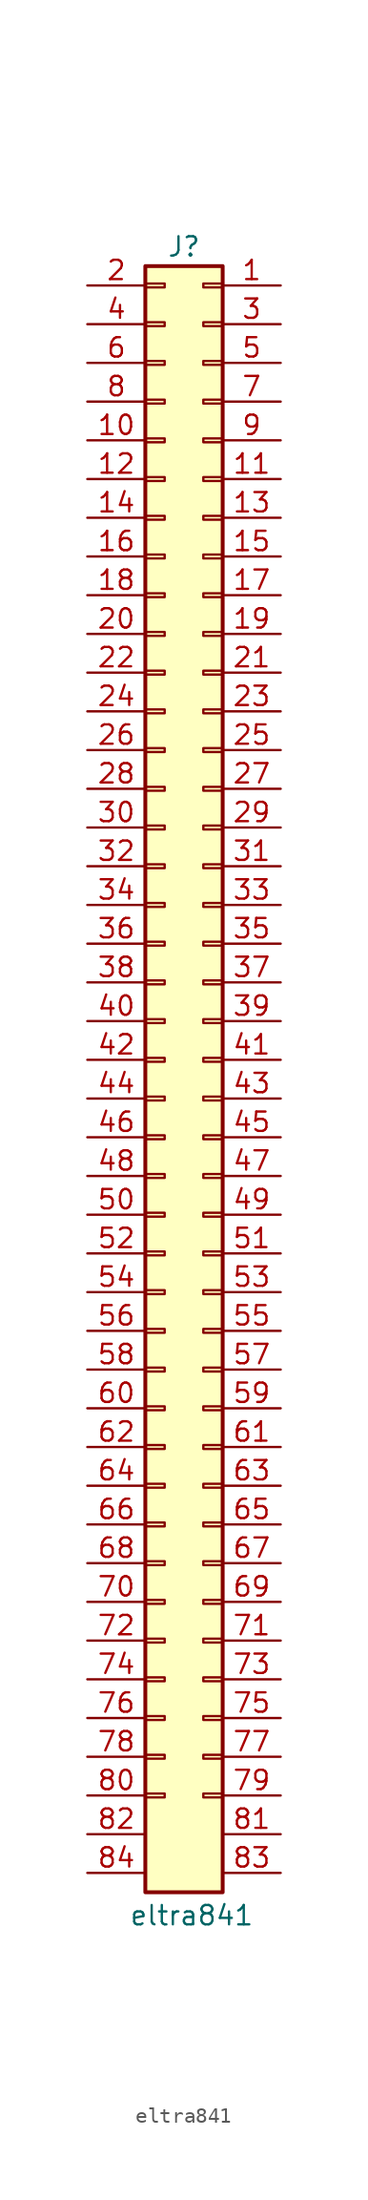
<source format=kicad_sym>
(kicad_symbol_lib
  (version 20231120)
  (generator "kicad_symbol_editor")
  (generator_version "8.0")
  (symbol "eltra841"
    (pin_names
      (offset 1.016) hide)
    (property "Reference" "J"
      (at 1.27 50.8 0)
      (effects (font (size 1.27 1.27))))
    (property "Value" "eltra841"
      (at 1.778 -58.674 0)
      (effects (font (size 1.27 1.27))))
    (symbol "eltra841_1_1"
      (rectangle (start -1.27 49.53) (end 3.81 -57.15) (stroke (width 0.254) (type default)) (fill (type background)))
      (rectangle (start 0 -50.927) (end -1.27 -50.673) (stroke (width 0.152) (type default)) (fill (type none)))
      (rectangle (start 0 -48.387) (end -1.27 -48.133) (stroke (width 0.152) (type default)) (fill (type none)))
      (rectangle (start 0 -45.847) (end -1.27 -45.593) (stroke (width 0.152) (type default)) (fill (type none)))
      (rectangle (start 0 -43.307) (end -1.27 -43.053) (stroke (width 0.152) (type default)) (fill (type none)))
      (rectangle (start 0 -40.767) (end -1.27 -40.513) (stroke (width 0.152) (type default)) (fill (type none)))
      (rectangle (start 0 -38.227) (end -1.27 -37.973) (stroke (width 0.152) (type default)) (fill (type none)))
      (rectangle (start 0 -35.687) (end -1.27 -35.433) (stroke (width 0.152) (type default)) (fill (type none)))
      (rectangle (start 0 -33.147) (end -1.27 -32.893) (stroke (width 0.152) (type default)) (fill (type none)))
      (rectangle (start 0 -30.607) (end -1.27 -30.353) (stroke (width 0.152) (type default)) (fill (type none)))
      (rectangle (start 0 -28.067) (end -1.27 -27.813) (stroke (width 0.152) (type default)) (fill (type none)))
      (rectangle (start 0 -25.527) (end -1.27 -25.273) (stroke (width 0.152) (type default)) (fill (type none)))
      (rectangle (start 0 -22.987) (end -1.27 -22.733) (stroke (width 0.152) (type default)) (fill (type none)))
      (rectangle (start 0 -20.447) (end -1.27 -20.193) (stroke (width 0.152) (type default)) (fill (type none)))
      (rectangle (start 0 -17.907) (end -1.27 -17.653) (stroke (width 0.152) (type default)) (fill (type none)))
      (rectangle (start 0 -15.367) (end -1.27 -15.113) (stroke (width 0.152) (type default)) (fill (type none)))
      (rectangle (start 0 -12.827) (end -1.27 -12.573) (stroke (width 0.152) (type default)) (fill (type none)))
      (rectangle (start 0 -10.287) (end -1.27 -10.033) (stroke (width 0.152) (type default)) (fill (type none)))
      (rectangle (start 0 -7.747) (end -1.27 -7.493) (stroke (width 0.152) (type default)) (fill (type none)))
      (rectangle (start 0 -5.207) (end -1.27 -4.953) (stroke (width 0.152) (type default)) (fill (type none)))
      (rectangle (start 0 -2.667) (end -1.27 -2.413) (stroke (width 0.152) (type default)) (fill (type none)))
      (rectangle (start 0 -0.127) (end -1.27 0.127) (stroke (width 0.152) (type default)) (fill (type none)))
      (rectangle (start 0 2.413) (end -1.27 2.667) (stroke (width 0.152) (type default)) (fill (type none)))
      (rectangle (start 0 4.953) (end -1.27 5.207) (stroke (width 0.152) (type default)) (fill (type none)))
      (rectangle (start 0 7.493) (end -1.27 7.747) (stroke (width 0.152) (type default)) (fill (type none)))
      (rectangle (start 0 10.033) (end -1.27 10.287) (stroke (width 0.152) (type default)) (fill (type none)))
      (rectangle (start 0 12.573) (end -1.27 12.827) (stroke (width 0.152) (type default)) (fill (type none)))
      (rectangle (start 0 15.113) (end -1.27 15.367) (stroke (width 0.152) (type default)) (fill (type none)))
      (rectangle (start 0 17.653) (end -1.27 17.907) (stroke (width 0.152) (type default)) (fill (type none)))
      (rectangle (start 0 20.193) (end -1.27 20.447) (stroke (width 0.152) (type default)) (fill (type none)))
      (rectangle (start 0 22.733) (end -1.27 22.987) (stroke (width 0.152) (type default)) (fill (type none)))
      (rectangle (start 0 25.273) (end -1.27 25.527) (stroke (width 0.152) (type default)) (fill (type none)))
      (rectangle (start 0 27.813) (end -1.27 28.067) (stroke (width 0.152) (type default)) (fill (type none)))
      (rectangle (start 0 30.353) (end -1.27 30.607) (stroke (width 0.152) (type default)) (fill (type none)))
      (rectangle (start 0 32.893) (end -1.27 33.147) (stroke (width 0.152) (type default)) (fill (type none)))
      (rectangle (start 0 35.433) (end -1.27 35.687) (stroke (width 0.152) (type default)) (fill (type none)))
      (rectangle (start 0 37.973) (end -1.27 38.227) (stroke (width 0.152) (type default)) (fill (type none)))
      (rectangle (start 0 40.513) (end -1.27 40.767) (stroke (width 0.152) (type default)) (fill (type none)))
      (rectangle (start 0 43.053) (end -1.27 43.307) (stroke (width 0.152) (type default)) (fill (type none)))
      (rectangle (start 0 45.593) (end -1.27 45.847) (stroke (width 0.152) (type default)) (fill (type none)))
      (rectangle (start 0 48.133) (end -1.27 48.387) (stroke (width 0.152) (type default)) (fill (type none)))
      (rectangle (start 2.54 -50.927) (end 3.81 -50.673) (stroke (width 0.152) (type default)) (fill (type none)))
      (rectangle (start 2.54 -48.387) (end 3.81 -48.133) (stroke (width 0.152) (type default)) (fill (type none)))
      (rectangle (start 2.54 -45.847) (end 3.81 -45.593) (stroke (width 0.152) (type default)) (fill (type none)))
      (rectangle (start 2.54 -43.307) (end 3.81 -43.053) (stroke (width 0.152) (type default)) (fill (type none)))
      (rectangle (start 2.54 -40.767) (end 3.81 -40.513) (stroke (width 0.152) (type default)) (fill (type none)))
      (rectangle (start 2.54 -38.227) (end 3.81 -37.973) (stroke (width 0.152) (type default)) (fill (type none)))
      (rectangle (start 2.54 -35.687) (end 3.81 -35.433) (stroke (width 0.152) (type default)) (fill (type none)))
      (rectangle (start 2.54 -33.147) (end 3.81 -32.893) (stroke (width 0.152) (type default)) (fill (type none)))
      (rectangle (start 2.54 -30.607) (end 3.81 -30.353) (stroke (width 0.152) (type default)) (fill (type none)))
      (rectangle (start 2.54 -28.067) (end 3.81 -27.813) (stroke (width 0.152) (type default)) (fill (type none)))
      (rectangle (start 2.54 -25.527) (end 3.81 -25.273) (stroke (width 0.152) (type default)) (fill (type none)))
      (rectangle (start 2.54 -22.987) (end 3.81 -22.733) (stroke (width 0.152) (type default)) (fill (type none)))
      (rectangle (start 2.54 -20.447) (end 3.81 -20.193) (stroke (width 0.152) (type default)) (fill (type none)))
      (rectangle (start 2.54 -17.907) (end 3.81 -17.653) (stroke (width 0.152) (type default)) (fill (type none)))
      (rectangle (start 2.54 -15.367) (end 3.81 -15.113) (stroke (width 0.152) (type default)) (fill (type none)))
      (rectangle (start 2.54 -12.827) (end 3.81 -12.573) (stroke (width 0.152) (type default)) (fill (type none)))
      (rectangle (start 2.54 -10.287) (end 3.81 -10.033) (stroke (width 0.152) (type default)) (fill (type none)))
      (rectangle (start 2.54 -7.747) (end 3.81 -7.493) (stroke (width 0.152) (type default)) (fill (type none)))
      (rectangle (start 2.54 -5.207) (end 3.81 -4.953) (stroke (width 0.152) (type default)) (fill (type none)))
      (rectangle (start 2.54 -2.667) (end 3.81 -2.413) (stroke (width 0.152) (type default)) (fill (type none)))
      (rectangle (start 2.54 -0.127) (end 3.81 0.127) (stroke (width 0.152) (type default)) (fill (type none)))
      (rectangle (start 2.54 2.413) (end 3.81 2.667) (stroke (width 0.152) (type default)) (fill (type none)))
      (rectangle (start 2.54 4.953) (end 3.81 5.207) (stroke (width 0.152) (type default)) (fill (type none)))
      (rectangle (start 2.54 7.493) (end 3.81 7.747) (stroke (width 0.152) (type default)) (fill (type none)))
      (rectangle (start 2.54 10.033) (end 3.81 10.287) (stroke (width 0.152) (type default)) (fill (type none)))
      (rectangle (start 2.54 12.573) (end 3.81 12.827) (stroke (width 0.152) (type default)) (fill (type none)))
      (rectangle (start 2.54 15.113) (end 3.81 15.367) (stroke (width 0.152) (type default)) (fill (type none)))
      (rectangle (start 2.54 17.653) (end 3.81 17.907) (stroke (width 0.152) (type default)) (fill (type none)))
      (rectangle (start 2.54 20.193) (end 3.81 20.447) (stroke (width 0.152) (type default)) (fill (type none)))
      (rectangle (start 2.54 22.733) (end 3.81 22.987) (stroke (width 0.152) (type default)) (fill (type none)))
      (rectangle (start 2.54 25.273) (end 3.81 25.527) (stroke (width 0.152) (type default)) (fill (type none)))
      (rectangle (start 2.54 27.813) (end 3.81 28.067) (stroke (width 0.152) (type default)) (fill (type none)))
      (rectangle (start 2.54 30.353) (end 3.81 30.607) (stroke (width 0.152) (type default)) (fill (type none)))
      (rectangle (start 2.54 32.893) (end 3.81 33.147) (stroke (width 0.152) (type default)) (fill (type none)))
      (rectangle (start 2.54 35.433) (end 3.81 35.687) (stroke (width 0.152) (type default)) (fill (type none)))
      (rectangle (start 2.54 37.973) (end 3.81 38.227) (stroke (width 0.152) (type default)) (fill (type none)))
      (rectangle (start 2.54 40.513) (end 3.81 40.767) (stroke (width 0.152) (type default)) (fill (type none)))
      (rectangle (start 2.54 43.053) (end 3.81 43.307) (stroke (width 0.152) (type default)) (fill (type none)))
      (rectangle (start 2.54 45.593) (end 3.81 45.847) (stroke (width 0.152) (type default)) (fill (type none)))
      (rectangle (start 2.54 48.133) (end 3.81 48.387) (stroke (width 0.152) (type default)) (fill (type none)))
      (pin passive line (at 7.62 48.26 180) (length 3.81) (name "Pin_1" (effects (font (size 1.27 1.27)))) (number "1" (effects (font (size 1.27 1.27)))))
      (pin passive line (at -5.08 38.1 0) (length 3.81) (name "Pin_10" (effects (font (size 1.27 1.27)))) (number "10" (effects (font (size 1.27 1.27)))))
      (pin passive line (at 7.62 35.56 180) (length 3.81) (name "Pin_11" (effects (font (size 1.27 1.27)))) (number "11" (effects (font (size 1.27 1.27)))))
      (pin passive line (at -5.08 35.56 0) (length 3.81) (name "Pin_12" (effects (font (size 1.27 1.27)))) (number "12" (effects (font (size 1.27 1.27)))))
      (pin passive line (at 7.62 33.02 180) (length 3.81) (name "Pin_13" (effects (font (size 1.27 1.27)))) (number "13" (effects (font (size 1.27 1.27)))))
      (pin passive line (at -5.08 33.02 0) (length 3.81) (name "Pin_14" (effects (font (size 1.27 1.27)))) (number "14" (effects (font (size 1.27 1.27)))))
      (pin passive line (at 7.62 30.48 180) (length 3.81) (name "Pin_15" (effects (font (size 1.27 1.27)))) (number "15" (effects (font (size 1.27 1.27)))))
      (pin passive line (at -5.08 30.48 0) (length 3.81) (name "Pin_16" (effects (font (size 1.27 1.27)))) (number "16" (effects (font (size 1.27 1.27)))))
      (pin passive line (at 7.62 27.94 180) (length 3.81) (name "Pin_17" (effects (font (size 1.27 1.27)))) (number "17" (effects (font (size 1.27 1.27)))))
      (pin passive line (at -5.08 27.94 0) (length 3.81) (name "Pin_18" (effects (font (size 1.27 1.27)))) (number "18" (effects (font (size 1.27 1.27)))))
      (pin passive line (at 7.62 25.4 180) (length 3.81) (name "Pin_19" (effects (font (size 1.27 1.27)))) (number "19" (effects (font (size 1.27 1.27)))))
      (pin passive line (at -5.08 48.26 0) (length 3.81) (name "Pin_2" (effects (font (size 1.27 1.27)))) (number "2" (effects (font (size 1.27 1.27)))))
      (pin passive line (at -5.08 25.4 0) (length 3.81) (name "Pin_20" (effects (font (size 1.27 1.27)))) (number "20" (effects (font (size 1.27 1.27)))))
      (pin passive line (at 7.62 22.86 180) (length 3.81) (name "Pin_21" (effects (font (size 1.27 1.27)))) (number "21" (effects (font (size 1.27 1.27)))))
      (pin passive line (at -5.08 22.86 0) (length 3.81) (name "Pin_22" (effects (font (size 1.27 1.27)))) (number "22" (effects (font (size 1.27 1.27)))))
      (pin passive line (at 7.62 20.32 180) (length 3.81) (name "Pin_23" (effects (font (size 1.27 1.27)))) (number "23" (effects (font (size 1.27 1.27)))))
      (pin passive line (at -5.08 20.32 0) (length 3.81) (name "Pin_24" (effects (font (size 1.27 1.27)))) (number "24" (effects (font (size 1.27 1.27)))))
      (pin passive line (at 7.62 17.78 180) (length 3.81) (name "Pin_25" (effects (font (size 1.27 1.27)))) (number "25" (effects (font (size 1.27 1.27)))))
      (pin passive line (at -5.08 17.78 0) (length 3.81) (name "Pin_26" (effects (font (size 1.27 1.27)))) (number "26" (effects (font (size 1.27 1.27)))))
      (pin passive line (at 7.62 15.24 180) (length 3.81) (name "Pin_27" (effects (font (size 1.27 1.27)))) (number "27" (effects (font (size 1.27 1.27)))))
      (pin passive line (at -5.08 15.24 0) (length 3.81) (name "Pin_28" (effects (font (size 1.27 1.27)))) (number "28" (effects (font (size 1.27 1.27)))))
      (pin passive line (at 7.62 12.7 180) (length 3.81) (name "Pin_29" (effects (font (size 1.27 1.27)))) (number "29" (effects (font (size 1.27 1.27)))))
      (pin passive line (at 7.62 45.72 180) (length 3.81) (name "Pin_3" (effects (font (size 1.27 1.27)))) (number "3" (effects (font (size 1.27 1.27)))))
      (pin passive line (at -5.08 12.7 0) (length 3.81) (name "Pin_30" (effects (font (size 1.27 1.27)))) (number "30" (effects (font (size 1.27 1.27)))))
      (pin passive line (at 7.62 10.16 180) (length 3.81) (name "Pin_31" (effects (font (size 1.27 1.27)))) (number "31" (effects (font (size 1.27 1.27)))))
      (pin passive line (at -5.08 10.16 0) (length 3.81) (name "Pin_32" (effects (font (size 1.27 1.27)))) (number "32" (effects (font (size 1.27 1.27)))))
      (pin passive line (at 7.62 7.62 180) (length 3.81) (name "Pin_33" (effects (font (size 1.27 1.27)))) (number "33" (effects (font (size 1.27 1.27)))))
      (pin passive line (at -5.08 7.62 0) (length 3.81) (name "Pin_34" (effects (font (size 1.27 1.27)))) (number "34" (effects (font (size 1.27 1.27)))))
      (pin passive line (at 7.62 5.08 180) (length 3.81) (name "Pin_35" (effects (font (size 1.27 1.27)))) (number "35" (effects (font (size 1.27 1.27)))))
      (pin passive line (at -5.08 5.08 0) (length 3.81) (name "Pin_36" (effects (font (size 1.27 1.27)))) (number "36" (effects (font (size 1.27 1.27)))))
      (pin passive line (at 7.62 2.54 180) (length 3.81) (name "Pin_37" (effects (font (size 1.27 1.27)))) (number "37" (effects (font (size 1.27 1.27)))))
      (pin passive line (at -5.08 2.54 0) (length 3.81) (name "Pin_38" (effects (font (size 1.27 1.27)))) (number "38" (effects (font (size 1.27 1.27)))))
      (pin passive line (at 7.62 0 180) (length 3.81) (name "Pin_39" (effects (font (size 1.27 1.27)))) (number "39" (effects (font (size 1.27 1.27)))))
      (pin passive line (at -5.08 45.72 0) (length 3.81) (name "Pin_4" (effects (font (size 1.27 1.27)))) (number "4" (effects (font (size 1.27 1.27)))))
      (pin passive line (at -5.08 0 0) (length 3.81) (name "Pin_40" (effects (font (size 1.27 1.27)))) (number "40" (effects (font (size 1.27 1.27)))))
      (pin passive line (at 7.62 -2.54 180) (length 3.81) (name "Pin_41" (effects (font (size 1.27 1.27)))) (number "41" (effects (font (size 1.27 1.27)))))
      (pin passive line (at -5.08 -2.54 0) (length 3.81) (name "Pin_42" (effects (font (size 1.27 1.27)))) (number "42" (effects (font (size 1.27 1.27)))))
      (pin passive line (at 7.62 -5.08 180) (length 3.81) (name "Pin_43" (effects (font (size 1.27 1.27)))) (number "43" (effects (font (size 1.27 1.27)))))
      (pin passive line (at -5.08 -5.08 0) (length 3.81) (name "Pin_44" (effects (font (size 1.27 1.27)))) (number "44" (effects (font (size 1.27 1.27)))))
      (pin passive line (at 7.62 -7.62 180) (length 3.81) (name "Pin_45" (effects (font (size 1.27 1.27)))) (number "45" (effects (font (size 1.27 1.27)))))
      (pin passive line (at -5.08 -7.62 0) (length 3.81) (name "Pin_46" (effects (font (size 1.27 1.27)))) (number "46" (effects (font (size 1.27 1.27)))))
      (pin passive line (at 7.62 -10.16 180) (length 3.81) (name "Pin_47" (effects (font (size 1.27 1.27)))) (number "47" (effects (font (size 1.27 1.27)))))
      (pin passive line (at -5.08 -10.16 0) (length 3.81) (name "Pin_48" (effects (font (size 1.27 1.27)))) (number "48" (effects (font (size 1.27 1.27)))))
      (pin passive line (at 7.62 -12.7 180) (length 3.81) (name "Pin_49" (effects (font (size 1.27 1.27)))) (number "49" (effects (font (size 1.27 1.27)))))
      (pin passive line (at 7.62 43.18 180) (length 3.81) (name "Pin_5" (effects (font (size 1.27 1.27)))) (number "5" (effects (font (size 1.27 1.27)))))
      (pin passive line (at -5.08 -12.7 0) (length 3.81) (name "Pin_50" (effects (font (size 1.27 1.27)))) (number "50" (effects (font (size 1.27 1.27)))))
      (pin passive line (at 7.62 -15.24 180) (length 3.81) (name "Pin_51" (effects (font (size 1.27 1.27)))) (number "51" (effects (font (size 1.27 1.27)))))
      (pin passive line (at -5.08 -15.24 0) (length 3.81) (name "Pin_52" (effects (font (size 1.27 1.27)))) (number "52" (effects (font (size 1.27 1.27)))))
      (pin passive line (at 7.62 -17.78 180) (length 3.81) (name "Pin_53" (effects (font (size 1.27 1.27)))) (number "53" (effects (font (size 1.27 1.27)))))
      (pin passive line (at -5.08 -17.78 0) (length 3.81) (name "Pin_54" (effects (font (size 1.27 1.27)))) (number "54" (effects (font (size 1.27 1.27)))))
      (pin passive line (at 7.62 -20.32 180) (length 3.81) (name "Pin_55" (effects (font (size 1.27 1.27)))) (number "55" (effects (font (size 1.27 1.27)))))
      (pin passive line (at -5.08 -20.32 0) (length 3.81) (name "Pin_56" (effects (font (size 1.27 1.27)))) (number "56" (effects (font (size 1.27 1.27)))))
      (pin passive line (at 7.62 -22.86 180) (length 3.81) (name "Pin_57" (effects (font (size 1.27 1.27)))) (number "57" (effects (font (size 1.27 1.27)))))
      (pin passive line (at -5.08 -22.86 0) (length 3.81) (name "Pin_58" (effects (font (size 1.27 1.27)))) (number "58" (effects (font (size 1.27 1.27)))))
      (pin passive line (at 7.62 -25.4 180) (length 3.81) (name "Pin_59" (effects (font (size 1.27 1.27)))) (number "59" (effects (font (size 1.27 1.27)))))
      (pin passive line (at -5.08 43.18 0) (length 3.81) (name "Pin_6" (effects (font (size 1.27 1.27)))) (number "6" (effects (font (size 1.27 1.27)))))
      (pin passive line (at -5.08 -25.4 0) (length 3.81) (name "Pin_60" (effects (font (size 1.27 1.27)))) (number "60" (effects (font (size 1.27 1.27)))))
      (pin passive line (at 7.62 -27.94 180) (length 3.81) (name "Pin_61" (effects (font (size 1.27 1.27)))) (number "61" (effects (font (size 1.27 1.27)))))
      (pin passive line (at -5.08 -27.94 0) (length 3.81) (name "Pin_62" (effects (font (size 1.27 1.27)))) (number "62" (effects (font (size 1.27 1.27)))))
      (pin passive line (at 7.62 -30.48 180) (length 3.81) (name "Pin_63" (effects (font (size 1.27 1.27)))) (number "63" (effects (font (size 1.27 1.27)))))
      (pin passive line (at -5.08 -30.48 0) (length 3.81) (name "Pin_64" (effects (font (size 1.27 1.27)))) (number "64" (effects (font (size 1.27 1.27)))))
      (pin passive line (at 7.62 -33.02 180) (length 3.81) (name "Pin_65" (effects (font (size 1.27 1.27)))) (number "65" (effects (font (size 1.27 1.27)))))
      (pin passive line (at -5.08 -33.02 0) (length 3.81) (name "Pin_66" (effects (font (size 1.27 1.27)))) (number "66" (effects (font (size 1.27 1.27)))))
      (pin passive line (at 7.62 -35.56 180) (length 3.81) (name "Pin_67" (effects (font (size 1.27 1.27)))) (number "67" (effects (font (size 1.27 1.27)))))
      (pin passive line (at -5.08 -35.56 0) (length 3.81) (name "Pin_68" (effects (font (size 1.27 1.27)))) (number "68" (effects (font (size 1.27 1.27)))))
      (pin passive line (at 7.62 -38.1 180) (length 3.81) (name "Pin_69" (effects (font (size 1.27 1.27)))) (number "69" (effects (font (size 1.27 1.27)))))
      (pin passive line (at 7.62 40.64 180) (length 3.81) (name "Pin_7" (effects (font (size 1.27 1.27)))) (number "7" (effects (font (size 1.27 1.27)))))
      (pin passive line (at -5.08 -38.1 0) (length 3.81) (name "Pin_70" (effects (font (size 1.27 1.27)))) (number "70" (effects (font (size 1.27 1.27)))))
      (pin passive line (at 7.62 -40.64 180) (length 3.81) (name "Pin_71" (effects (font (size 1.27 1.27)))) (number "71" (effects (font (size 1.27 1.27)))))
      (pin passive line (at -5.08 -40.64 0) (length 3.81) (name "Pin_72" (effects (font (size 1.27 1.27)))) (number "72" (effects (font (size 1.27 1.27)))))
      (pin passive line (at 7.62 -43.18 180) (length 3.81) (name "Pin_73" (effects (font (size 1.27 1.27)))) (number "73" (effects (font (size 1.27 1.27)))))
      (pin passive line (at -5.08 -43.18 0) (length 3.81) (name "Pin_74" (effects (font (size 1.27 1.27)))) (number "74" (effects (font (size 1.27 1.27)))))
      (pin passive line (at 7.62 -45.72 180) (length 3.81) (name "Pin_75" (effects (font (size 1.27 1.27)))) (number "75" (effects (font (size 1.27 1.27)))))
      (pin passive line (at -5.08 -45.72 0) (length 3.81) (name "Pin_76" (effects (font (size 1.27 1.27)))) (number "76" (effects (font (size 1.27 1.27)))))
      (pin passive line (at 7.62 -48.26 180) (length 3.81) (name "Pin_77" (effects (font (size 1.27 1.27)))) (number "77" (effects (font (size 1.27 1.27)))))
      (pin passive line (at -5.08 -48.26 0) (length 3.81) (name "Pin_78" (effects (font (size 1.27 1.27)))) (number "78" (effects (font (size 1.27 1.27)))))
      (pin passive line (at 7.62 -50.8 180) (length 3.81) (name "Pin_79" (effects (font (size 1.27 1.27)))) (number "79" (effects (font (size 1.27 1.27)))))
      (pin passive line (at -5.08 40.64 0) (length 3.81) (name "Pin_8" (effects (font (size 1.27 1.27)))) (number "8" (effects (font (size 1.27 1.27)))))
      (pin passive line (at -5.08 -50.8 0) (length 3.81) (name "Pin_80" (effects (font (size 1.27 1.27)))) (number "80" (effects (font (size 1.27 1.27)))))
      (pin passive line (at 7.62 -53.34 180) (length 3.81) (name "Pin_79" (effects (font (size 1.27 1.27)))) (number "81" (effects (font (size 1.27 1.27)))))
      (pin passive line (at -5.08 -53.34 0) (length 3.81) (name "Pin_80" (effects (font (size 1.27 1.27)))) (number "82" (effects (font (size 1.27 1.27)))))
      (pin passive line (at 7.62 -55.88 180) (length 3.81) (name "Pin_79" (effects (font (size 1.27 1.27)))) (number "83" (effects (font (size 1.27 1.27)))))
      (pin passive line (at -5.08 -55.88 0) (length 3.81) (name "Pin_80" (effects (font (size 1.27 1.27)))) (number "84" (effects (font (size 1.27 1.27)))))
      (pin passive line (at 7.62 38.1 180) (length 3.81) (name "Pin_9" (effects (font (size 1.27 1.27)))) (number "9" (effects (font (size 1.27 1.27))))))))
</source>
